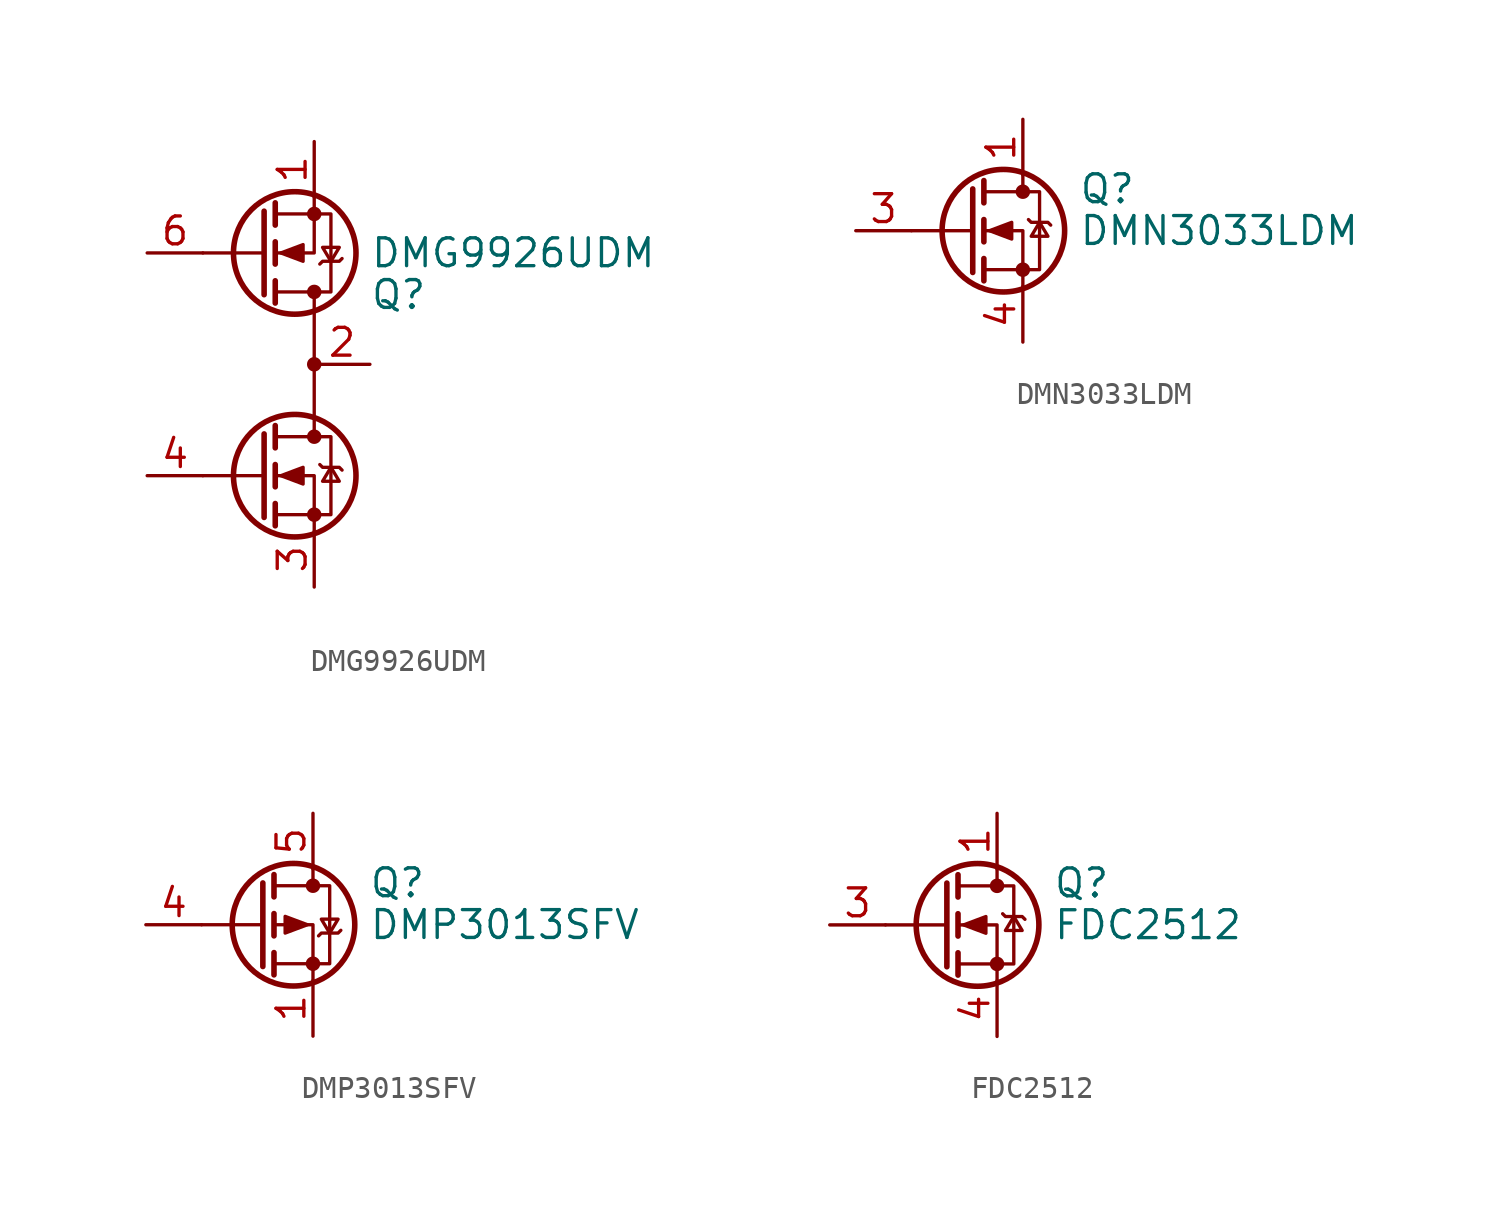
<source format=kicad_sym>
(kicad_symbol_lib
  (version 20200908)
  (generator kicad_symbol_editor)
  (symbol "Transistor_FET:DMG9926UDM"
    (pin_names hide)
    (property "Reference" "Q"
      (at 2.54 3.175 0)
      (effects (font (size 1.27 1.27)) (justify left)))
    (property "Value" "DMG9926UDM"
      (at 2.54 5.08 0)
      (effects (font (size 1.27 1.27)) (justify left)))
    (symbol "DMG9926UDM_0_1"
      (circle (center -0.889 5.08) (radius 2.794) (stroke (width 0.254)) (fill (type none)))
      (circle (center 0 3.302) (radius 0.254) (stroke (width 0)) (fill (type outline)))
      (circle (center 0 6.858) (radius 0.254) (stroke (width 0)) (fill (type outline)))
      (polyline (pts (xy -2.286 3.175) (xy -2.286 6.985)) (stroke (width 0.254)) (fill (type none)))
      (polyline (pts (xy -2.286 5.08) (xy -5.08 5.08)) (stroke (width 0)) (fill (type none)))
      (polyline (pts (xy -1.778 2.794) (xy -1.778 3.81)) (stroke (width 0.254)) (fill (type none)))
      (polyline (pts (xy -1.778 4.572) (xy -1.778 5.588)) (stroke (width 0.254)) (fill (type none)))
      (polyline (pts (xy -1.778 6.35) (xy -1.778 7.366)) (stroke (width 0.254)) (fill (type none)))
      (polyline (pts (xy 0 -3.302) (xy 0 3.302)) (stroke (width 0)) (fill (type none)))
      (polyline (pts (xy 0 7.62) (xy 0 5.08) (xy -1.778 5.08)) (stroke (width 0)) (fill (type none)))
      (polyline (pts (xy -1.778 6.858) (xy 0.762 6.858) (xy 0.762 3.302) (xy -1.778 3.302)) (stroke (width 0)) (fill (type none)))
      (polyline (pts (xy -1.524 5.08) (xy -0.508 4.699) (xy -0.508 5.461) (xy -1.524 5.08)) (stroke (width 0)) (fill (type outline)))
      (polyline (pts (xy 0.254 4.572) (xy 0.381 4.699) (xy 1.143 4.699) (xy 1.27 4.826)) (stroke (width 0)) (fill (type none)))
      (polyline (pts (xy 0.762 4.699) (xy 0.381 5.334) (xy 1.143 5.334) (xy 0.762 4.699)) (stroke (width 0)) (fill (type none))))
    (symbol "DMG9926UDM_1_1"
      (circle (center -0.889 -5.08) (radius 2.794) (stroke (width 0.254)) (fill (type none)))
      (circle (center 0 -6.858) (radius 0.254) (stroke (width 0)) (fill (type outline)))
      (circle (center 0 -3.302) (radius 0.254) (stroke (width 0)) (fill (type outline)))
      (circle (center 0 0) (radius 0.254) (stroke (width 0)) (fill (type outline)))
      (polyline (pts (xy -2.286 -5.08) (xy -5.08 -5.08)) (stroke (width 0)) (fill (type none)))
      (polyline (pts (xy -2.286 -3.175) (xy -2.286 -6.985)) (stroke (width 0.254)) (fill (type none)))
      (polyline (pts (xy -1.778 -6.35) (xy -1.778 -7.366)) (stroke (width 0.254)) (fill (type none)))
      (polyline (pts (xy -1.778 -4.572) (xy -1.778 -5.588)) (stroke (width 0.254)) (fill (type none)))
      (polyline (pts (xy -1.778 -2.794) (xy -1.778 -3.81)) (stroke (width 0.254)) (fill (type none)))
      (polyline (pts (xy 0 -7.62) (xy 0 -5.08) (xy -1.778 -5.08)) (stroke (width 0)) (fill (type none)))
      (polyline (pts (xy -1.778 -6.858) (xy 0.762 -6.858) (xy 0.762 -3.302) (xy -1.778 -3.302)) (stroke (width 0)) (fill (type none)))
      (polyline (pts (xy -1.524 -5.08) (xy -0.508 -4.699) (xy -0.508 -5.461) (xy -1.524 -5.08)) (stroke (width 0)) (fill (type outline)))
      (polyline (pts (xy 0.254 -4.572) (xy 0.381 -4.699) (xy 1.143 -4.699) (xy 1.27 -4.826)) (stroke (width 0)) (fill (type none)))
      (polyline (pts (xy 0.762 -4.699) (xy 0.381 -5.334) (xy 1.143 -5.334) (xy 0.762 -4.699)) (stroke (width 0)) (fill (type none)))
      (pin passive line (at 0 10.16 270) (length 2.54) (name "D1" (effects (font (size 1.27 1.27)))) (number "1" (effects (font (size 1.27 1.27)))))
      (pin passive line (at 2.54 0 180) (length 2.54) (name "S1/D2" (effects (font (size 1.27 1.27)))) (number "2" (effects (font (size 1.27 1.27)))))
      (pin passive line (at 0 -10.16 90) (length 2.54) (name "S2" (effects (font (size 1.27 1.27)))) (number "3" (effects (font (size 1.27 1.27)))))
      (pin input line (at -7.62 -5.08 0) (length 2.54) (name "G2" (effects (font (size 1.27 1.27)))) (number "4" (effects (font (size 1.27 1.27)))))
      (pin passive line (at 2.54 0 180) (length 2.54) hide (name "S1/D2" (effects (font (size 1.27 1.27)))) (number "5" (effects (font (size 1.27 1.27)))))
      (pin input line (at -7.62 5.08 0) (length 2.54) (name "G1" (effects (font (size 1.27 1.27)))) (number "6" (effects (font (size 1.27 1.27)))))))
  (symbol "Transistor_FET:DMN3033LDM"
    (pin_names hide)
    (property "Reference" "Q"
      (at 5.08 1.905 0)
      (effects (font (size 1.27 1.27)) (justify left)))
    (property "Value" "DMN3033LDM"
      (at 5.08 0 0)
      (effects (font (size 1.27 1.27)) (justify left)))
    (symbol "DMN3033LDM_0_1"
      (circle (center 1.651 0) (radius 2.794) (stroke (width 0.254)) (fill (type none)))
      (circle (center 2.54 -1.778) (radius 0.254) (stroke (width 0)) (fill (type outline)))
      (circle (center 2.54 1.778) (radius 0.254) (stroke (width 0)) (fill (type outline)))
      (polyline (pts (xy 0.254 0) (xy -2.54 0)) (stroke (width 0)) (fill (type none)))
      (polyline (pts (xy 0.254 1.905) (xy 0.254 -1.905)) (stroke (width 0.254)) (fill (type none)))
      (polyline (pts (xy 0.762 -1.27) (xy 0.762 -2.286)) (stroke (width 0.254)) (fill (type none)))
      (polyline (pts (xy 0.762 0.508) (xy 0.762 -0.508)) (stroke (width 0.254)) (fill (type none)))
      (polyline (pts (xy 0.762 2.286) (xy 0.762 1.27)) (stroke (width 0.254)) (fill (type none)))
      (polyline (pts (xy 2.54 2.54) (xy 2.54 1.778)) (stroke (width 0)) (fill (type none)))
      (polyline (pts (xy 2.54 -2.54) (xy 2.54 0) (xy 0.762 0)) (stroke (width 0)) (fill (type none)))
      (polyline (pts (xy 0.762 -1.778) (xy 3.302 -1.778) (xy 3.302 1.778) (xy 0.762 1.778)) (stroke (width 0)) (fill (type none)))
      (polyline (pts (xy 1.016 0) (xy 2.032 0.381) (xy 2.032 -0.381) (xy 1.016 0)) (stroke (width 0)) (fill (type outline)))
      (polyline (pts (xy 2.794 0.508) (xy 2.921 0.381) (xy 3.683 0.381) (xy 3.81 0.254)) (stroke (width 0)) (fill (type none)))
      (polyline (pts (xy 3.302 0.381) (xy 2.921 -0.254) (xy 3.683 -0.254) (xy 3.302 0.381)) (stroke (width 0)) (fill (type none))))
    (symbol "DMN3033LDM_1_1"
      (pin passive line (at 2.54 5.08 270) (length 2.54) (name "D" (effects (font (size 1.27 1.27)))) (number "1" (effects (font (size 1.27 1.27)))))
      (pin passive line (at 2.54 5.08 270) (length 2.54) hide (name "D" (effects (font (size 1.27 1.27)))) (number "2" (effects (font (size 1.27 1.27)))))
      (pin input line (at -5.08 0 0) (length 2.54) (name "G" (effects (font (size 1.27 1.27)))) (number "3" (effects (font (size 1.27 1.27)))))
      (pin passive line (at 2.54 -5.08 90) (length 2.54) (name "S" (effects (font (size 1.27 1.27)))) (number "4" (effects (font (size 1.27 1.27)))))
      (pin passive line (at 2.54 5.08 270) (length 2.54) hide (name "D" (effects (font (size 1.27 1.27)))) (number "5" (effects (font (size 1.27 1.27)))))
      (pin passive line (at 2.54 5.08 270) (length 2.54) hide (name "D" (effects (font (size 1.27 1.27)))) (number "6" (effects (font (size 1.27 1.27)))))))
  (symbol "Transistor_FET:DMP3013SFV"
    (pin_names hide)
    (property "Reference" "Q"
      (at 5.08 1.905 0)
      (effects (font (size 1.27 1.27)) (justify left)))
    (property "Value" "DMP3013SFV"
      (at 5.08 0 0)
      (effects (font (size 1.27 1.27)) (justify left)))
    (symbol "DMP3013SFV_0_1"
      (circle (center 1.651 0) (radius 2.794) (stroke (width 0.254)) (fill (type none)))
      (circle (center 2.54 -1.778) (radius 0.254) (stroke (width 0)) (fill (type outline)))
      (circle (center 2.54 1.778) (radius 0.254) (stroke (width 0)) (fill (type outline)))
      (polyline (pts (xy 0.254 0) (xy -2.54 0)) (stroke (width 0)) (fill (type none)))
      (polyline (pts (xy 0.254 1.905) (xy 0.254 -1.905)) (stroke (width 0.254)) (fill (type none)))
      (polyline (pts (xy 0.762 -1.27) (xy 0.762 -2.286)) (stroke (width 0.254)) (fill (type none)))
      (polyline (pts (xy 0.762 0.508) (xy 0.762 -0.508)) (stroke (width 0.254)) (fill (type none)))
      (polyline (pts (xy 0.762 2.286) (xy 0.762 1.27)) (stroke (width 0.254)) (fill (type none)))
      (polyline (pts (xy 2.54 2.54) (xy 2.54 1.778)) (stroke (width 0)) (fill (type none)))
      (polyline (pts (xy 2.54 -2.54) (xy 2.54 0) (xy 0.762 0)) (stroke (width 0)) (fill (type none)))
      (polyline (pts (xy 0.762 1.778) (xy 3.302 1.778) (xy 3.302 -1.778) (xy 0.762 -1.778)) (stroke (width 0)) (fill (type none)))
      (polyline (pts (xy 2.286 0) (xy 1.27 0.381) (xy 1.27 -0.381) (xy 2.286 0)) (stroke (width 0)) (fill (type outline)))
      (polyline (pts (xy 2.794 -0.508) (xy 2.921 -0.381) (xy 3.683 -0.381) (xy 3.81 -0.254)) (stroke (width 0)) (fill (type none)))
      (polyline (pts (xy 3.302 -0.381) (xy 2.921 0.254) (xy 3.683 0.254) (xy 3.302 -0.381)) (stroke (width 0)) (fill (type none))))
    (symbol "DMP3013SFV_1_1"
      (pin passive line (at 2.54 -5.08 90) (length 2.54) (name "S" (effects (font (size 1.27 1.27)))) (number "1" (effects (font (size 1.27 1.27)))))
      (pin passive line (at 2.54 -5.08 90) (length 2.54) hide (name "S" (effects (font (size 1.27 1.27)))) (number "2" (effects (font (size 1.27 1.27)))))
      (pin passive line (at 2.54 -5.08 90) (length 2.54) hide (name "S" (effects (font (size 1.27 1.27)))) (number "3" (effects (font (size 1.27 1.27)))))
      (pin passive line (at -5.08 0 0) (length 2.54) (name "G" (effects (font (size 1.27 1.27)))) (number "4" (effects (font (size 1.27 1.27)))))
      (pin passive line (at 2.54 5.08 270) (length 2.54) (name "D" (effects (font (size 1.27 1.27)))) (number "5" (effects (font (size 1.27 1.27)))))))
  (symbol "Transistor_FET:FDC2512"
    (pin_names hide)
    (property "Reference" "Q"
      (at 5.08 1.905 0)
      (effects (font (size 1.27 1.27)) (justify left)))
    (property "Value" "FDC2512"
      (at 5.08 0 0)
      (effects (font (size 1.27 1.27)) (justify left)))
    (symbol "FDC2512_0_1"
      (circle (center 1.651 0) (radius 2.794) (stroke (width 0.254)) (fill (type none)))
      (circle (center 2.54 -1.778) (radius 0.254) (stroke (width 0)) (fill (type outline)))
      (circle (center 2.54 1.778) (radius 0.254) (stroke (width 0)) (fill (type outline)))
      (polyline (pts (xy 0.254 0) (xy -2.54 0)) (stroke (width 0)) (fill (type none)))
      (polyline (pts (xy 0.254 1.905) (xy 0.254 -1.905)) (stroke (width 0.254)) (fill (type none)))
      (polyline (pts (xy 0.762 -1.27) (xy 0.762 -2.286)) (stroke (width 0.254)) (fill (type none)))
      (polyline (pts (xy 0.762 0.508) (xy 0.762 -0.508)) (stroke (width 0.254)) (fill (type none)))
      (polyline (pts (xy 0.762 2.286) (xy 0.762 1.27)) (stroke (width 0.254)) (fill (type none)))
      (polyline (pts (xy 2.54 2.54) (xy 2.54 1.778)) (stroke (width 0)) (fill (type none)))
      (polyline (pts (xy 2.54 -2.54) (xy 2.54 0) (xy 0.762 0)) (stroke (width 0)) (fill (type none)))
      (polyline (pts (xy 0.762 -1.778) (xy 3.302 -1.778) (xy 3.302 1.778) (xy 0.762 1.778)) (stroke (width 0)) (fill (type none)))
      (polyline (pts (xy 1.016 0) (xy 2.032 0.381) (xy 2.032 -0.381) (xy 1.016 0)) (stroke (width 0)) (fill (type outline)))
      (polyline (pts (xy 2.794 0.508) (xy 2.921 0.381) (xy 3.683 0.381) (xy 3.81 0.254)) (stroke (width 0)) (fill (type none)))
      (polyline (pts (xy 3.302 0.381) (xy 2.921 -0.254) (xy 3.683 -0.254) (xy 3.302 0.381)) (stroke (width 0)) (fill (type none))))
    (symbol "FDC2512_1_1"
      (pin passive line (at 2.54 5.08 270) (length 2.54) (name "D" (effects (font (size 1.27 1.27)))) (number "1" (effects (font (size 1.27 1.27)))))
      (pin passive line (at 2.54 5.08 270) (length 2.54) hide (name "D" (effects (font (size 1.27 1.27)))) (number "2" (effects (font (size 1.27 1.27)))))
      (pin passive line (at -5.08 0 0) (length 2.54) (name "G" (effects (font (size 1.27 1.27)))) (number "3" (effects (font (size 1.27 1.27)))))
      (pin passive line (at 2.54 -5.08 90) (length 2.54) (name "S" (effects (font (size 1.27 1.27)))) (number "4" (effects (font (size 1.27 1.27)))))
      (pin passive line (at 2.54 5.08 270) (length 2.54) hide (name "D" (effects (font (size 1.27 1.27)))) (number "5" (effects (font (size 1.27 1.27)))))
      (pin passive line (at 2.54 5.08 270) (length 2.54) hide (name "D" (effects (font (size 1.27 1.27)))) (number "6" (effects (font (size 1.27 1.27))))))))
</source>
